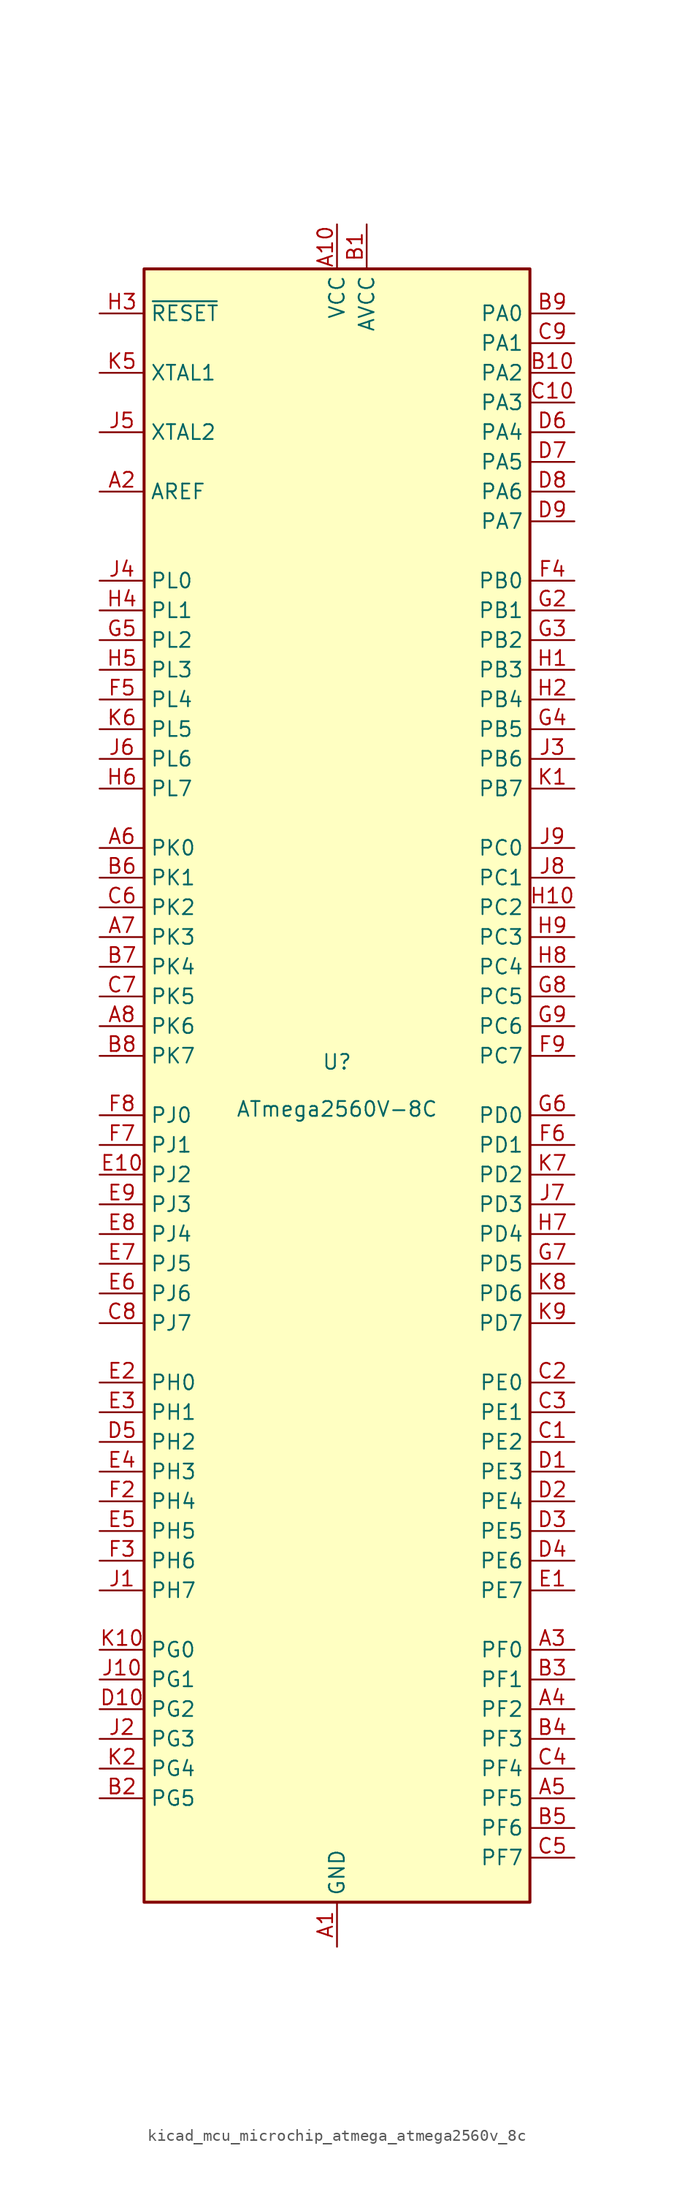
<source format=kicad_sym>
(kicad_symbol_lib
  (version 20220914)
  (generator kicad_symbol_editor)
  (symbol "kicad_mcu_microchip_atmega_atmega2560v_8c"
    (property "Reference" "U"
      (at 0 1.27 0)
      (effects (font (size 1.27 1.27)) (justify bottom)))
    (property "Value" "ATmega2560V-8C"
      (at 0 -1.27 0)
      (effects (font (size 1.27 1.27)) (justify top)))
    (symbol "kicad_mcu_microchip_atmega_atmega2560v_8c_0_1"
      (rectangle (start -16.51 -69.85) (end 16.51 69.85) (stroke (width 0.254) (type default)) (fill (type background))))
    (symbol "kicad_mcu_microchip_atmega_atmega2560v_8c_1_1"
      (pin power_in line (at 0 -73.66 90) (length 3.81) (name "GND" (effects (font (size 1.27 1.27)))) (number "A1" (effects (font (size 1.27 1.27)))))
      (pin power_in line (at 0 73.66 270) (length 3.81) (name "VCC" (effects (font (size 1.27 1.27)))) (number "A10" (effects (font (size 1.27 1.27)))))
      (pin passive line (at -20.32 50.8 0) (length 3.81) (name "AREF" (effects (font (size 1.27 1.27)))) (number "A2" (effects (font (size 1.27 1.27)))))
      (pin bidirectional line (at 20.32 -48.26 180) (length 3.81) (name "PF0" (effects (font (size 1.27 1.27)))) (number "A3" (effects (font (size 1.27 1.27)))))
      (pin bidirectional line (at 20.32 -53.34 180) (length 3.81) (name "PF2" (effects (font (size 1.27 1.27)))) (number "A4" (effects (font (size 1.27 1.27)))))
      (pin bidirectional line (at 20.32 -60.96 180) (length 3.81) (name "PF5" (effects (font (size 1.27 1.27)))) (number "A5" (effects (font (size 1.27 1.27)))))
      (pin bidirectional line (at -20.32 20.32 0) (length 3.81) (name "PK0" (effects (font (size 1.27 1.27)))) (number "A6" (effects (font (size 1.27 1.27)))))
      (pin bidirectional line (at -20.32 12.7 0) (length 3.81) (name "PK3" (effects (font (size 1.27 1.27)))) (number "A7" (effects (font (size 1.27 1.27)))))
      (pin bidirectional line (at -20.32 5.08 0) (length 3.81) (name "PK6" (effects (font (size 1.27 1.27)))) (number "A8" (effects (font (size 1.27 1.27)))))
      (pin passive line (at 0 -73.66 90) (length 3.81) hide (name "GND" (effects (font (size 1.27 1.27)))) (number "A9" (effects (font (size 1.27 1.27)))))
      (pin power_in line (at 2.54 73.66 270) (length 3.81) (name "AVCC" (effects (font (size 1.27 1.27)))) (number "B1" (effects (font (size 1.27 1.27)))))
      (pin bidirectional line (at 20.32 60.96 180) (length 3.81) (name "PA2" (effects (font (size 1.27 1.27)))) (number "B10" (effects (font (size 1.27 1.27)))))
      (pin bidirectional line (at -20.32 -60.96 0) (length 3.81) (name "PG5" (effects (font (size 1.27 1.27)))) (number "B2" (effects (font (size 1.27 1.27)))))
      (pin bidirectional line (at 20.32 -50.8 180) (length 3.81) (name "PF1" (effects (font (size 1.27 1.27)))) (number "B3" (effects (font (size 1.27 1.27)))))
      (pin bidirectional line (at 20.32 -55.88 180) (length 3.81) (name "PF3" (effects (font (size 1.27 1.27)))) (number "B4" (effects (font (size 1.27 1.27)))))
      (pin bidirectional line (at 20.32 -63.5 180) (length 3.81) (name "PF6" (effects (font (size 1.27 1.27)))) (number "B5" (effects (font (size 1.27 1.27)))))
      (pin bidirectional line (at -20.32 17.78 0) (length 3.81) (name "PK1" (effects (font (size 1.27 1.27)))) (number "B6" (effects (font (size 1.27 1.27)))))
      (pin bidirectional line (at -20.32 10.16 0) (length 3.81) (name "PK4" (effects (font (size 1.27 1.27)))) (number "B7" (effects (font (size 1.27 1.27)))))
      (pin bidirectional line (at -20.32 2.54 0) (length 3.81) (name "PK7" (effects (font (size 1.27 1.27)))) (number "B8" (effects (font (size 1.27 1.27)))))
      (pin bidirectional line (at 20.32 66.04 180) (length 3.81) (name "PA0" (effects (font (size 1.27 1.27)))) (number "B9" (effects (font (size 1.27 1.27)))))
      (pin bidirectional line (at 20.32 -30.48 180) (length 3.81) (name "PE2" (effects (font (size 1.27 1.27)))) (number "C1" (effects (font (size 1.27 1.27)))))
      (pin bidirectional line (at 20.32 58.42 180) (length 3.81) (name "PA3" (effects (font (size 1.27 1.27)))) (number "C10" (effects (font (size 1.27 1.27)))))
      (pin bidirectional line (at 20.32 -25.4 180) (length 3.81) (name "PE0" (effects (font (size 1.27 1.27)))) (number "C2" (effects (font (size 1.27 1.27)))))
      (pin bidirectional line (at 20.32 -27.94 180) (length 3.81) (name "PE1" (effects (font (size 1.27 1.27)))) (number "C3" (effects (font (size 1.27 1.27)))))
      (pin bidirectional line (at 20.32 -58.42 180) (length 3.81) (name "PF4" (effects (font (size 1.27 1.27)))) (number "C4" (effects (font (size 1.27 1.27)))))
      (pin bidirectional line (at 20.32 -66.04 180) (length 3.81) (name "PF7" (effects (font (size 1.27 1.27)))) (number "C5" (effects (font (size 1.27 1.27)))))
      (pin bidirectional line (at -20.32 15.24 0) (length 3.81) (name "PK2" (effects (font (size 1.27 1.27)))) (number "C6" (effects (font (size 1.27 1.27)))))
      (pin bidirectional line (at -20.32 7.62 0) (length 3.81) (name "PK5" (effects (font (size 1.27 1.27)))) (number "C7" (effects (font (size 1.27 1.27)))))
      (pin bidirectional line (at -20.32 -20.32 0) (length 3.81) (name "PJ7" (effects (font (size 1.27 1.27)))) (number "C8" (effects (font (size 1.27 1.27)))))
      (pin bidirectional line (at 20.32 63.5 180) (length 3.81) (name "PA1" (effects (font (size 1.27 1.27)))) (number "C9" (effects (font (size 1.27 1.27)))))
      (pin bidirectional line (at 20.32 -33.02 180) (length 3.81) (name "PE3" (effects (font (size 1.27 1.27)))) (number "D1" (effects (font (size 1.27 1.27)))))
      (pin bidirectional line (at -20.32 -53.34 0) (length 3.81) (name "PG2" (effects (font (size 1.27 1.27)))) (number "D10" (effects (font (size 1.27 1.27)))))
      (pin bidirectional line (at 20.32 -35.56 180) (length 3.81) (name "PE4" (effects (font (size 1.27 1.27)))) (number "D2" (effects (font (size 1.27 1.27)))))
      (pin bidirectional line (at 20.32 -38.1 180) (length 3.81) (name "PE5" (effects (font (size 1.27 1.27)))) (number "D3" (effects (font (size 1.27 1.27)))))
      (pin bidirectional line (at 20.32 -40.64 180) (length 3.81) (name "PE6" (effects (font (size 1.27 1.27)))) (number "D4" (effects (font (size 1.27 1.27)))))
      (pin bidirectional line (at -20.32 -30.48 0) (length 3.81) (name "PH2" (effects (font (size 1.27 1.27)))) (number "D5" (effects (font (size 1.27 1.27)))))
      (pin bidirectional line (at 20.32 55.88 180) (length 3.81) (name "PA4" (effects (font (size 1.27 1.27)))) (number "D6" (effects (font (size 1.27 1.27)))))
      (pin bidirectional line (at 20.32 53.34 180) (length 3.81) (name "PA5" (effects (font (size 1.27 1.27)))) (number "D7" (effects (font (size 1.27 1.27)))))
      (pin bidirectional line (at 20.32 50.8 180) (length 3.81) (name "PA6" (effects (font (size 1.27 1.27)))) (number "D8" (effects (font (size 1.27 1.27)))))
      (pin bidirectional line (at 20.32 48.26 180) (length 3.81) (name "PA7" (effects (font (size 1.27 1.27)))) (number "D9" (effects (font (size 1.27 1.27)))))
      (pin bidirectional line (at 20.32 -43.18 180) (length 3.81) (name "PE7" (effects (font (size 1.27 1.27)))) (number "E1" (effects (font (size 1.27 1.27)))))
      (pin bidirectional line (at -20.32 -7.62 0) (length 3.81) (name "PJ2" (effects (font (size 1.27 1.27)))) (number "E10" (effects (font (size 1.27 1.27)))))
      (pin bidirectional line (at -20.32 -25.4 0) (length 3.81) (name "PH0" (effects (font (size 1.27 1.27)))) (number "E2" (effects (font (size 1.27 1.27)))))
      (pin bidirectional line (at -20.32 -27.94 0) (length 3.81) (name "PH1" (effects (font (size 1.27 1.27)))) (number "E3" (effects (font (size 1.27 1.27)))))
      (pin bidirectional line (at -20.32 -33.02 0) (length 3.81) (name "PH3" (effects (font (size 1.27 1.27)))) (number "E4" (effects (font (size 1.27 1.27)))))
      (pin bidirectional line (at -20.32 -38.1 0) (length 3.81) (name "PH5" (effects (font (size 1.27 1.27)))) (number "E5" (effects (font (size 1.27 1.27)))))
      (pin bidirectional line (at -20.32 -17.78 0) (length 3.81) (name "PJ6" (effects (font (size 1.27 1.27)))) (number "E6" (effects (font (size 1.27 1.27)))))
      (pin bidirectional line (at -20.32 -15.24 0) (length 3.81) (name "PJ5" (effects (font (size 1.27 1.27)))) (number "E7" (effects (font (size 1.27 1.27)))))
      (pin bidirectional line (at -20.32 -12.7 0) (length 3.81) (name "PJ4" (effects (font (size 1.27 1.27)))) (number "E8" (effects (font (size 1.27 1.27)))))
      (pin bidirectional line (at -20.32 -10.16 0) (length 3.81) (name "PJ3" (effects (font (size 1.27 1.27)))) (number "E9" (effects (font (size 1.27 1.27)))))
      (pin passive line (at 0 73.66 270) (length 3.81) hide (name "VCC" (effects (font (size 1.27 1.27)))) (number "F1" (effects (font (size 1.27 1.27)))))
      (pin passive line (at 0 -73.66 90) (length 3.81) hide (name "GND" (effects (font (size 1.27 1.27)))) (number "F10" (effects (font (size 1.27 1.27)))))
      (pin bidirectional line (at -20.32 -35.56 0) (length 3.81) (name "PH4" (effects (font (size 1.27 1.27)))) (number "F2" (effects (font (size 1.27 1.27)))))
      (pin bidirectional line (at -20.32 -40.64 0) (length 3.81) (name "PH6" (effects (font (size 1.27 1.27)))) (number "F3" (effects (font (size 1.27 1.27)))))
      (pin bidirectional line (at 20.32 43.18 180) (length 3.81) (name "PB0" (effects (font (size 1.27 1.27)))) (number "F4" (effects (font (size 1.27 1.27)))))
      (pin bidirectional line (at -20.32 33.02 0) (length 3.81) (name "PL4" (effects (font (size 1.27 1.27)))) (number "F5" (effects (font (size 1.27 1.27)))))
      (pin bidirectional line (at 20.32 -5.08 180) (length 3.81) (name "PD1" (effects (font (size 1.27 1.27)))) (number "F6" (effects (font (size 1.27 1.27)))))
      (pin bidirectional line (at -20.32 -5.08 0) (length 3.81) (name "PJ1" (effects (font (size 1.27 1.27)))) (number "F7" (effects (font (size 1.27 1.27)))))
      (pin bidirectional line (at -20.32 -2.54 0) (length 3.81) (name "PJ0" (effects (font (size 1.27 1.27)))) (number "F8" (effects (font (size 1.27 1.27)))))
      (pin bidirectional line (at 20.32 2.54 180) (length 3.81) (name "PC7" (effects (font (size 1.27 1.27)))) (number "F9" (effects (font (size 1.27 1.27)))))
      (pin passive line (at 0 -73.66 90) (length 3.81) hide (name "GND" (effects (font (size 1.27 1.27)))) (number "G1" (effects (font (size 1.27 1.27)))))
      (pin passive line (at 0 73.66 270) (length 3.81) hide (name "VCC" (effects (font (size 1.27 1.27)))) (number "G10" (effects (font (size 1.27 1.27)))))
      (pin bidirectional line (at 20.32 40.64 180) (length 3.81) (name "PB1" (effects (font (size 1.27 1.27)))) (number "G2" (effects (font (size 1.27 1.27)))))
      (pin bidirectional line (at 20.32 38.1 180) (length 3.81) (name "PB2" (effects (font (size 1.27 1.27)))) (number "G3" (effects (font (size 1.27 1.27)))))
      (pin bidirectional line (at 20.32 30.48 180) (length 3.81) (name "PB5" (effects (font (size 1.27 1.27)))) (number "G4" (effects (font (size 1.27 1.27)))))
      (pin bidirectional line (at -20.32 38.1 0) (length 3.81) (name "PL2" (effects (font (size 1.27 1.27)))) (number "G5" (effects (font (size 1.27 1.27)))))
      (pin bidirectional line (at 20.32 -2.54 180) (length 3.81) (name "PD0" (effects (font (size 1.27 1.27)))) (number "G6" (effects (font (size 1.27 1.27)))))
      (pin bidirectional line (at 20.32 -15.24 180) (length 3.81) (name "PD5" (effects (font (size 1.27 1.27)))) (number "G7" (effects (font (size 1.27 1.27)))))
      (pin bidirectional line (at 20.32 7.62 180) (length 3.81) (name "PC5" (effects (font (size 1.27 1.27)))) (number "G8" (effects (font (size 1.27 1.27)))))
      (pin bidirectional line (at 20.32 5.08 180) (length 3.81) (name "PC6" (effects (font (size 1.27 1.27)))) (number "G9" (effects (font (size 1.27 1.27)))))
      (pin bidirectional line (at 20.32 35.56 180) (length 3.81) (name "PB3" (effects (font (size 1.27 1.27)))) (number "H1" (effects (font (size 1.27 1.27)))))
      (pin bidirectional line (at 20.32 15.24 180) (length 3.81) (name "PC2" (effects (font (size 1.27 1.27)))) (number "H10" (effects (font (size 1.27 1.27)))))
      (pin bidirectional line (at 20.32 33.02 180) (length 3.81) (name "PB4" (effects (font (size 1.27 1.27)))) (number "H2" (effects (font (size 1.27 1.27)))))
      (pin input line (at -20.32 66.04 0) (length 3.81) (name "~{RESET}" (effects (font (size 1.27 1.27)))) (number "H3" (effects (font (size 1.27 1.27)))))
      (pin bidirectional line (at -20.32 40.64 0) (length 3.81) (name "PL1" (effects (font (size 1.27 1.27)))) (number "H4" (effects (font (size 1.27 1.27)))))
      (pin bidirectional line (at -20.32 35.56 0) (length 3.81) (name "PL3" (effects (font (size 1.27 1.27)))) (number "H5" (effects (font (size 1.27 1.27)))))
      (pin bidirectional line (at -20.32 25.4 0) (length 3.81) (name "PL7" (effects (font (size 1.27 1.27)))) (number "H6" (effects (font (size 1.27 1.27)))))
      (pin bidirectional line (at 20.32 -12.7 180) (length 3.81) (name "PD4" (effects (font (size 1.27 1.27)))) (number "H7" (effects (font (size 1.27 1.27)))))
      (pin bidirectional line (at 20.32 10.16 180) (length 3.81) (name "PC4" (effects (font (size 1.27 1.27)))) (number "H8" (effects (font (size 1.27 1.27)))))
      (pin bidirectional line (at 20.32 12.7 180) (length 3.81) (name "PC3" (effects (font (size 1.27 1.27)))) (number "H9" (effects (font (size 1.27 1.27)))))
      (pin bidirectional line (at -20.32 -43.18 0) (length 3.81) (name "PH7" (effects (font (size 1.27 1.27)))) (number "J1" (effects (font (size 1.27 1.27)))))
      (pin bidirectional line (at -20.32 -50.8 0) (length 3.81) (name "PG1" (effects (font (size 1.27 1.27)))) (number "J10" (effects (font (size 1.27 1.27)))))
      (pin bidirectional line (at -20.32 -55.88 0) (length 3.81) (name "PG3" (effects (font (size 1.27 1.27)))) (number "J2" (effects (font (size 1.27 1.27)))))
      (pin bidirectional line (at 20.32 27.94 180) (length 3.81) (name "PB6" (effects (font (size 1.27 1.27)))) (number "J3" (effects (font (size 1.27 1.27)))))
      (pin bidirectional line (at -20.32 43.18 0) (length 3.81) (name "PL0" (effects (font (size 1.27 1.27)))) (number "J4" (effects (font (size 1.27 1.27)))))
      (pin output line (at -20.32 55.88 0) (length 3.81) (name "XTAL2" (effects (font (size 1.27 1.27)))) (number "J5" (effects (font (size 1.27 1.27)))))
      (pin bidirectional line (at -20.32 27.94 0) (length 3.81) (name "PL6" (effects (font (size 1.27 1.27)))) (number "J6" (effects (font (size 1.27 1.27)))))
      (pin bidirectional line (at 20.32 -10.16 180) (length 3.81) (name "PD3" (effects (font (size 1.27 1.27)))) (number "J7" (effects (font (size 1.27 1.27)))))
      (pin bidirectional line (at 20.32 17.78 180) (length 3.81) (name "PC1" (effects (font (size 1.27 1.27)))) (number "J8" (effects (font (size 1.27 1.27)))))
      (pin bidirectional line (at 20.32 20.32 180) (length 3.81) (name "PC0" (effects (font (size 1.27 1.27)))) (number "J9" (effects (font (size 1.27 1.27)))))
      (pin bidirectional line (at 20.32 25.4 180) (length 3.81) (name "PB7" (effects (font (size 1.27 1.27)))) (number "K1" (effects (font (size 1.27 1.27)))))
      (pin bidirectional line (at -20.32 -48.26 0) (length 3.81) (name "PG0" (effects (font (size 1.27 1.27)))) (number "K10" (effects (font (size 1.27 1.27)))))
      (pin bidirectional line (at -20.32 -58.42 0) (length 3.81) (name "PG4" (effects (font (size 1.27 1.27)))) (number "K2" (effects (font (size 1.27 1.27)))))
      (pin passive line (at 0 73.66 270) (length 3.81) hide (name "VCC" (effects (font (size 1.27 1.27)))) (number "K3" (effects (font (size 1.27 1.27)))))
      (pin passive line (at 0 -73.66 90) (length 3.81) hide (name "GND" (effects (font (size 1.27 1.27)))) (number "K4" (effects (font (size 1.27 1.27)))))
      (pin input line (at -20.32 60.96 0) (length 3.81) (name "XTAL1" (effects (font (size 1.27 1.27)))) (number "K5" (effects (font (size 1.27 1.27)))))
      (pin bidirectional line (at -20.32 30.48 0) (length 3.81) (name "PL5" (effects (font (size 1.27 1.27)))) (number "K6" (effects (font (size 1.27 1.27)))))
      (pin bidirectional line (at 20.32 -7.62 180) (length 3.81) (name "PD2" (effects (font (size 1.27 1.27)))) (number "K7" (effects (font (size 1.27 1.27)))))
      (pin bidirectional line (at 20.32 -17.78 180) (length 3.81) (name "PD6" (effects (font (size 1.27 1.27)))) (number "K8" (effects (font (size 1.27 1.27)))))
      (pin bidirectional line (at 20.32 -20.32 180) (length 3.81) (name "PD7" (effects (font (size 1.27 1.27)))) (number "K9" (effects (font (size 1.27 1.27))))))))
</source>
